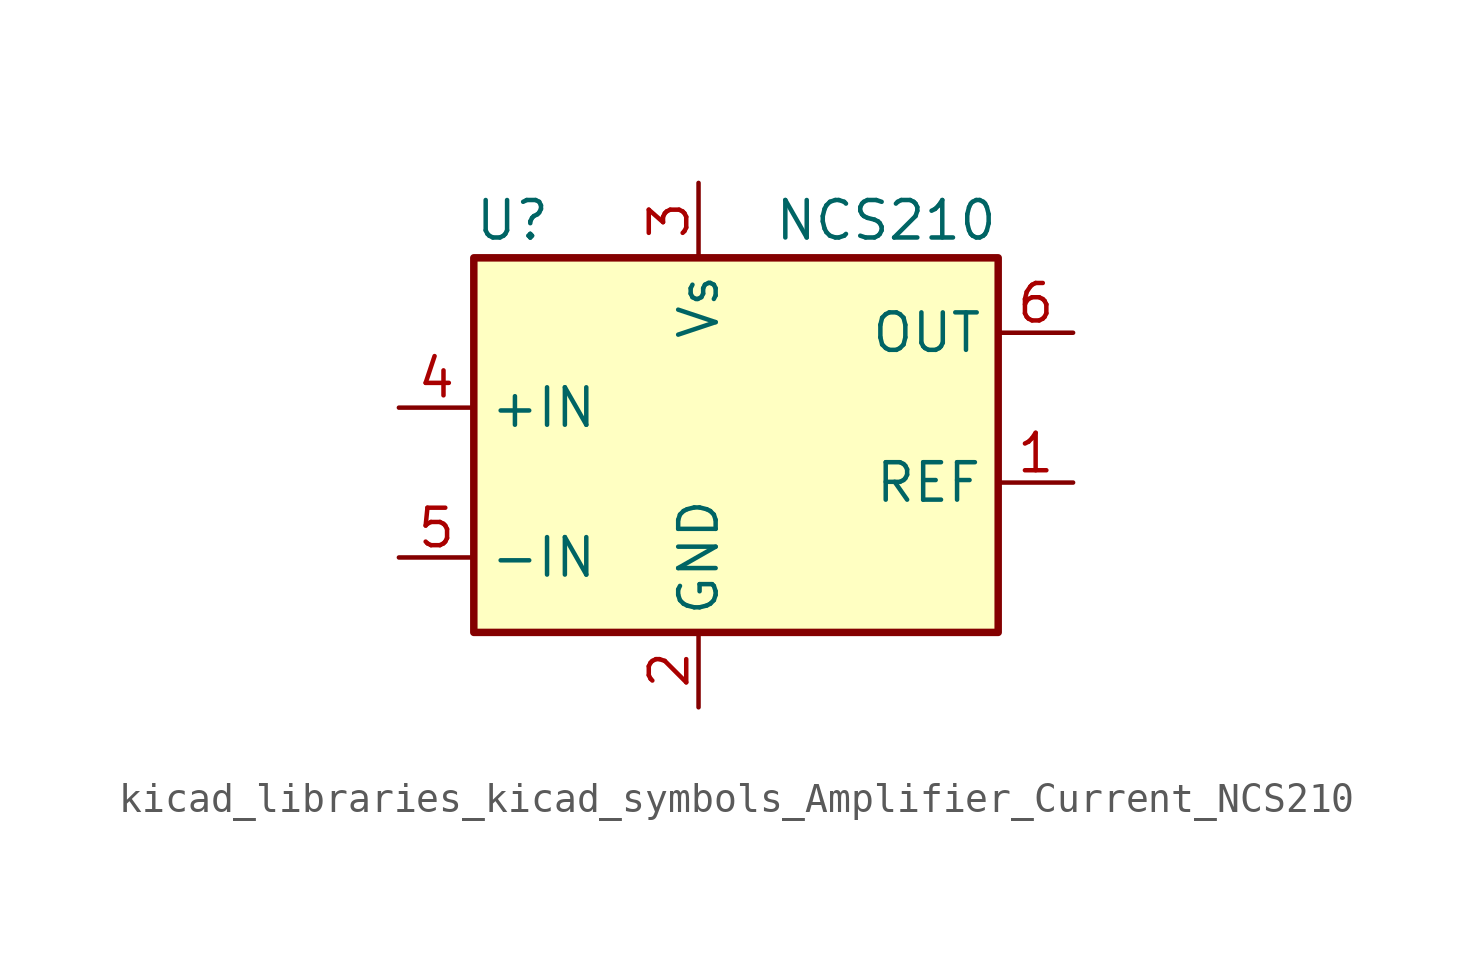
<source format=kicad_sym>
(kicad_symbol_lib
  (version 20220914)
  (generator kicad_symbol_editor)
  (symbol "kicad_libraries_kicad_symbols_Amplifier_Current_NCS210"
    (property "Reference" "U"
      (at -7.62 8.89 0)
      (effects (font (size 1.27 1.27)) (justify left)))
    (property "Value" "NCS210"
      (at 2.54 8.89 0)
      (effects (font (size 1.27 1.27)) (justify left)))
    (symbol "kicad_libraries_kicad_symbols_Amplifier_Current_NCS210_0_1"
      (rectangle (start -7.62 7.62) (end 10.16 -5.08) (stroke (width 0.254) (type default)) (fill (type background))))
    (symbol "kicad_libraries_kicad_symbols_Amplifier_Current_NCS210_1_1"
      (pin input line (at 12.7 0 180) (length 2.54) (name "REF" (effects (font (size 1.27 1.27)))) (number "1" (effects (font (size 1.27 1.27)))))
      (pin power_in line (at 0 -7.62 90) (length 2.54) (name "GND" (effects (font (size 1.27 1.27)))) (number "2" (effects (font (size 1.27 1.27)))))
      (pin power_in line (at 0 10.16 270) (length 2.54) (name "Vs" (effects (font (size 1.27 1.27)))) (number "3" (effects (font (size 1.27 1.27)))))
      (pin input line (at -10.16 2.54 0) (length 2.54) (name "+IN" (effects (font (size 1.27 1.27)))) (number "4" (effects (font (size 1.27 1.27)))))
      (pin input line (at -10.16 -2.54 0) (length 2.54) (name "-IN" (effects (font (size 1.27 1.27)))) (number "5" (effects (font (size 1.27 1.27)))))
      (pin output line (at 12.7 5.08 180) (length 2.54) (name "OUT" (effects (font (size 1.27 1.27)))) (number "6" (effects (font (size 1.27 1.27))))))))
</source>
